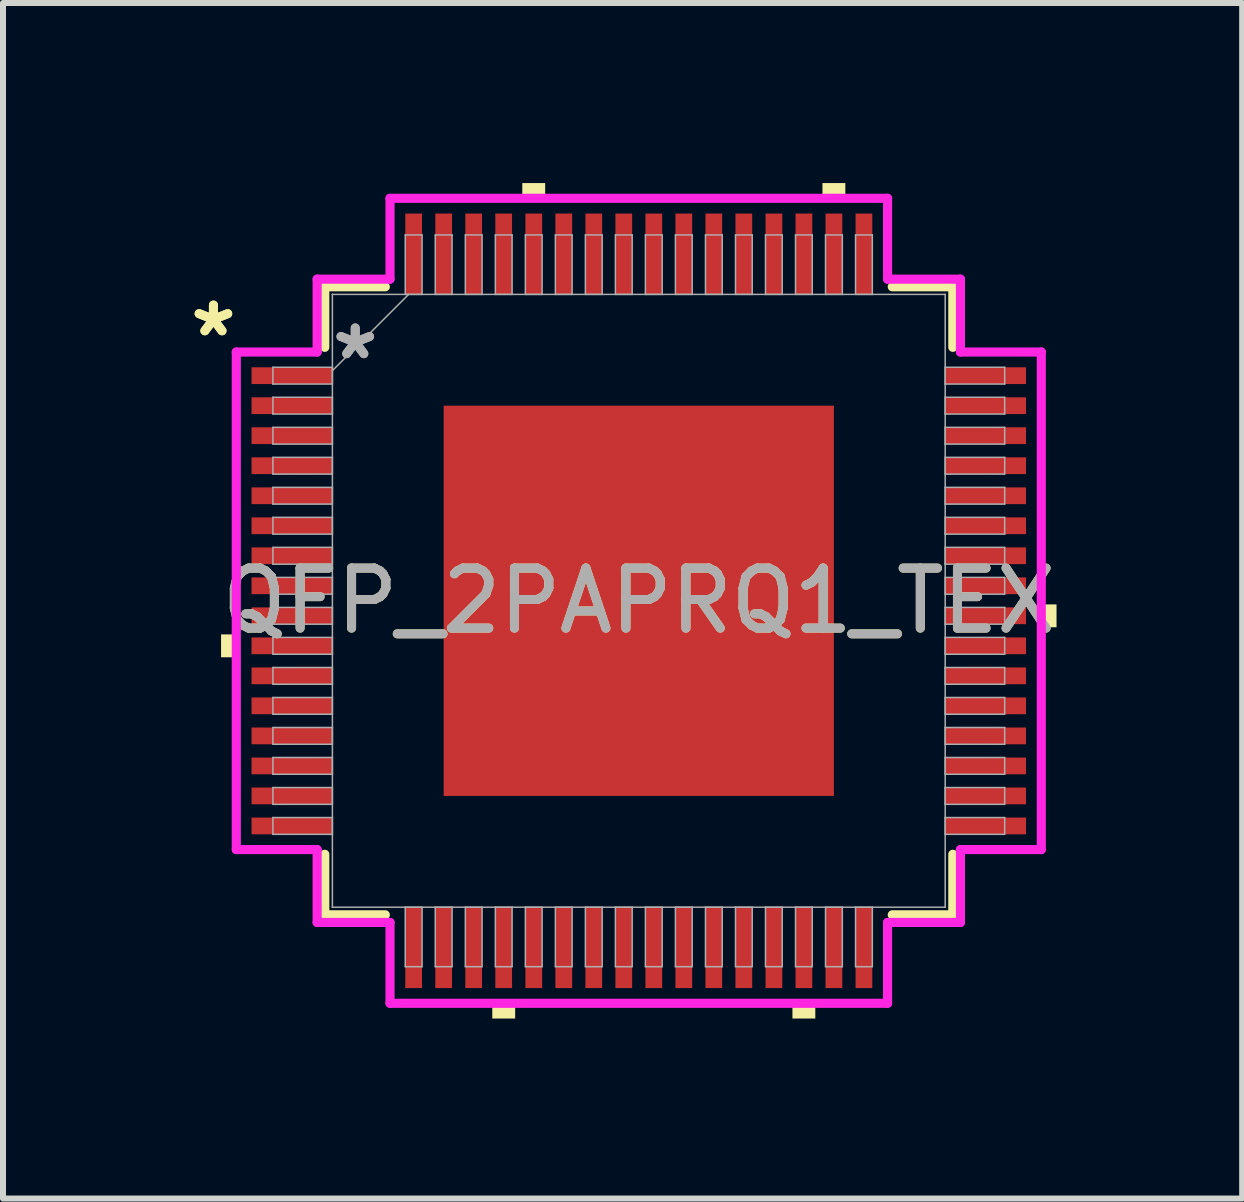
<source format=kicad_pcb>
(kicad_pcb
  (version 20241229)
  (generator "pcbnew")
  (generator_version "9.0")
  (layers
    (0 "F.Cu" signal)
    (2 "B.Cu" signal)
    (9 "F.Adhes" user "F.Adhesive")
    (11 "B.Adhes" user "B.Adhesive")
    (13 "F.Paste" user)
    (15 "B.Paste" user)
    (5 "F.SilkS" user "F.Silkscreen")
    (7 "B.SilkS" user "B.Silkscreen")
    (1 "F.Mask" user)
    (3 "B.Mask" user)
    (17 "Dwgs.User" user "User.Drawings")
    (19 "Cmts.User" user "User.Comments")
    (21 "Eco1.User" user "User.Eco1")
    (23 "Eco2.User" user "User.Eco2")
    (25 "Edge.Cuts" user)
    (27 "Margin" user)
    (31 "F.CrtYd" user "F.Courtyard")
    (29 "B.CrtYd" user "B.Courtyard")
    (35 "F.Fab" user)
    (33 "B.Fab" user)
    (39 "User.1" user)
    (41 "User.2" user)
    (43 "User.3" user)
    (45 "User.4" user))
  (footprint "QFP_2PAPRQ1_TEX"
    (layer "F.Cu")
    (at 7.593 6.96)
    (property "Reference" "QFP_2PAPRQ1_TEX" (at 0 0 0) (unlocked yes) (layer "F.SilkS") (effects (font (size 1 1) (thickness 0.15))))
    (attr smd)
    (fp_line (start -5.232 -5.232) (end -5.232 -4.223) (stroke (width 0.152) (type solid)) (layer "F.SilkS"))
    (fp_line (start -5.232 4.223) (end -5.232 5.232) (stroke (width 0.152) (type solid)) (layer "F.SilkS"))
    (fp_line (start -5.232 5.232) (end -4.223 5.232) (stroke (width 0.152) (type solid)) (layer "F.SilkS"))
    (fp_line (start -4.223 -5.232) (end -5.232 -5.232) (stroke (width 0.152) (type solid)) (layer "F.SilkS"))
    (fp_line (start 4.223 5.232) (end 5.232 5.232) (stroke (width 0.152) (type solid)) (layer "F.SilkS"))
    (fp_line (start 5.232 -5.232) (end 4.223 -5.232) (stroke (width 0.152) (type solid)) (layer "F.SilkS"))
    (fp_line (start 5.232 -4.223) (end 5.232 -5.232) (stroke (width 0.152) (type solid)) (layer "F.SilkS"))
    (fp_line (start 5.232 5.232) (end 5.232 4.223) (stroke (width 0.152) (type solid)) (layer "F.SilkS"))
    (fp_poly (pts (xy -6.96 0.56) (xy -6.96 0.941) (xy -6.706 0.941) (xy -6.706 0.56)) (stroke (width 0) (type solid)) (fill yes) (layer "F.SilkS"))
    (fp_poly (pts (xy -2.441 6.706) (xy -2.441 6.96) (xy -2.06 6.96) (xy -2.06 6.706)) (stroke (width 0) (type solid)) (fill yes) (layer "F.SilkS"))
    (fp_poly (pts (xy -1.941 -6.706) (xy -1.941 -6.96) (xy -1.56 -6.96) (xy -1.56 -6.706)) (stroke (width 0) (type solid)) (fill yes) (layer "F.SilkS"))
    (fp_poly (pts (xy 2.56 6.706) (xy 2.56 6.96) (xy 2.941 6.96) (xy 2.941 6.706)) (stroke (width 0) (type solid)) (fill yes) (layer "F.SilkS"))
    (fp_poly (pts (xy 3.06 -6.706) (xy 3.06 -6.96) (xy 3.441 -6.96) (xy 3.441 -6.706)) (stroke (width 0) (type solid)) (fill yes) (layer "F.SilkS"))
    (fp_poly (pts (xy 6.96 0.06) (xy 6.96 0.441) (xy 6.706 0.441) (xy 6.706 0.06)) (stroke (width 0) (type solid)) (fill yes) (layer "F.SilkS"))
    (fp_poly (pts (xy -3.151 -3.151) (xy -3.151 -2.051) (xy -2.051 -2.051) (xy -2.051 -3.151)) (stroke (width 0) (type solid)) (fill yes) (layer "F.Paste"))
    (fp_poly (pts (xy -3.151 -1.851) (xy -3.151 -0.75) (xy -2.051 -0.75) (xy -2.051 -1.851)) (stroke (width 0) (type solid)) (fill yes) (layer "F.Paste"))
    (fp_poly (pts (xy -3.151 -0.55) (xy -3.151 0.55) (xy -2.051 0.55) (xy -2.051 -0.55)) (stroke (width 0) (type solid)) (fill yes) (layer "F.Paste"))
    (fp_poly (pts (xy -3.151 0.75) (xy -3.151 1.851) (xy -2.051 1.851) (xy -2.051 0.75)) (stroke (width 0) (type solid)) (fill yes) (layer "F.Paste"))
    (fp_poly (pts (xy -3.151 2.051) (xy -3.151 3.151) (xy -2.051 3.151) (xy -2.051 2.051)) (stroke (width 0) (type solid)) (fill yes) (layer "F.Paste"))
    (fp_poly (pts (xy -1.851 -3.151) (xy -1.851 -2.051) (xy -0.75 -2.051) (xy -0.75 -3.151)) (stroke (width 0) (type solid)) (fill yes) (layer "F.Paste"))
    (fp_poly (pts (xy -1.851 -1.851) (xy -1.851 -0.75) (xy -0.75 -0.75) (xy -0.75 -1.851)) (stroke (width 0) (type solid)) (fill yes) (layer "F.Paste"))
    (fp_poly (pts (xy -1.851 -0.55) (xy -1.851 0.55) (xy -0.75 0.55) (xy -0.75 -0.55)) (stroke (width 0) (type solid)) (fill yes) (layer "F.Paste"))
    (fp_poly (pts (xy -1.851 0.75) (xy -1.851 1.851) (xy -0.75 1.851) (xy -0.75 0.75)) (stroke (width 0) (type solid)) (fill yes) (layer "F.Paste"))
    (fp_poly (pts (xy -1.851 2.051) (xy -1.851 3.151) (xy -0.75 3.151) (xy -0.75 2.051)) (stroke (width 0) (type solid)) (fill yes) (layer "F.Paste"))
    (fp_poly (pts (xy -0.55 -3.151) (xy -0.55 -2.051) (xy 0.55 -2.051) (xy 0.55 -3.151)) (stroke (width 0) (type solid)) (fill yes) (layer "F.Paste"))
    (fp_poly (pts (xy -0.55 -1.851) (xy -0.55 -0.75) (xy 0.55 -0.75) (xy 0.55 -1.851)) (stroke (width 0) (type solid)) (fill yes) (layer "F.Paste"))
    (fp_poly (pts (xy -0.55 -0.55) (xy -0.55 0.55) (xy 0.55 0.55) (xy 0.55 -0.55)) (stroke (width 0) (type solid)) (fill yes) (layer "F.Paste"))
    (fp_poly (pts (xy -0.55 0.75) (xy -0.55 1.851) (xy 0.55 1.851) (xy 0.55 0.75)) (stroke (width 0) (type solid)) (fill yes) (layer "F.Paste"))
    (fp_poly (pts (xy -0.55 2.051) (xy -0.55 3.151) (xy 0.55 3.151) (xy 0.55 2.051)) (stroke (width 0) (type solid)) (fill yes) (layer "F.Paste"))
    (fp_poly (pts (xy 0.75 -3.151) (xy 0.75 -2.051) (xy 1.851 -2.051) (xy 1.851 -3.151)) (stroke (width 0) (type solid)) (fill yes) (layer "F.Paste"))
    (fp_poly (pts (xy 0.75 -1.851) (xy 0.75 -0.75) (xy 1.851 -0.75) (xy 1.851 -1.851)) (stroke (width 0) (type solid)) (fill yes) (layer "F.Paste"))
    (fp_poly (pts (xy 0.75 -0.55) (xy 0.75 0.55) (xy 1.851 0.55) (xy 1.851 -0.55)) (stroke (width 0) (type solid)) (fill yes) (layer "F.Paste"))
    (fp_poly (pts (xy 0.75 0.75) (xy 0.75 1.851) (xy 1.851 1.851) (xy 1.851 0.75)) (stroke (width 0) (type solid)) (fill yes) (layer "F.Paste"))
    (fp_poly (pts (xy 0.75 2.051) (xy 0.75 3.151) (xy 1.851 3.151) (xy 1.851 2.051)) (stroke (width 0) (type solid)) (fill yes) (layer "F.Paste"))
    (fp_poly (pts (xy 2.051 -3.151) (xy 2.051 -2.051) (xy 3.151 -2.051) (xy 3.151 -3.151)) (stroke (width 0) (type solid)) (fill yes) (layer "F.Paste"))
    (fp_poly (pts (xy 2.051 -1.851) (xy 2.051 -0.75) (xy 3.151 -0.75) (xy 3.151 -1.851)) (stroke (width 0) (type solid)) (fill yes) (layer "F.Paste"))
    (fp_poly (pts (xy 2.051 -0.55) (xy 2.051 0.55) (xy 3.151 0.55) (xy 3.151 -0.55)) (stroke (width 0) (type solid)) (fill yes) (layer "F.Paste"))
    (fp_poly (pts (xy 2.051 0.75) (xy 2.051 1.851) (xy 3.151 1.851) (xy 3.151 0.75)) (stroke (width 0) (type solid)) (fill yes) (layer "F.Paste"))
    (fp_poly (pts (xy 2.051 2.051) (xy 2.051 3.151) (xy 3.151 3.151) (xy 3.151 2.051)) (stroke (width 0) (type solid)) (fill yes) (layer "F.Paste"))
    (fp_line (start -6.706 -4.145) (end -5.359 -4.145) (stroke (width 0.152) (type solid)) (layer "F.CrtYd"))
    (fp_line (start -6.706 4.145) (end -6.706 -4.145) (stroke (width 0.152) (type solid)) (layer "F.CrtYd"))
    (fp_line (start -5.359 -5.359) (end -4.145 -5.359) (stroke (width 0.152) (type solid)) (layer "F.CrtYd"))
    (fp_line (start -5.359 -4.145) (end -5.359 -5.359) (stroke (width 0.152) (type solid)) (layer "F.CrtYd"))
    (fp_line (start -5.359 4.145) (end -6.706 4.145) (stroke (width 0.152) (type solid)) (layer "F.CrtYd"))
    (fp_line (start -5.359 5.359) (end -5.359 4.145) (stroke (width 0.152) (type solid)) (layer "F.CrtYd"))
    (fp_line (start -5.359 5.359) (end -4.145 5.359) (stroke (width 0.152) (type solid)) (layer "F.CrtYd"))
    (fp_line (start -4.145 -6.706) (end 4.145 -6.706) (stroke (width 0.152) (type solid)) (layer "F.CrtYd"))
    (fp_line (start -4.145 -5.359) (end -4.145 -6.706) (stroke (width 0.152) (type solid)) (layer "F.CrtYd"))
    (fp_line (start -4.145 5.359) (end -4.145 6.706) (stroke (width 0.152) (type solid)) (layer "F.CrtYd"))
    (fp_line (start -4.145 6.706) (end 4.145 6.706) (stroke (width 0.152) (type solid)) (layer "F.CrtYd"))
    (fp_line (start 4.145 -6.706) (end 4.145 -5.359) (stroke (width 0.152) (type solid)) (layer "F.CrtYd"))
    (fp_line (start 4.145 -5.359) (end 5.359 -5.359) (stroke (width 0.152) (type solid)) (layer "F.CrtYd"))
    (fp_line (start 4.145 5.359) (end 5.359 5.359) (stroke (width 0.152) (type solid)) (layer "F.CrtYd"))
    (fp_line (start 4.145 6.706) (end 4.145 5.359) (stroke (width 0.152) (type solid)) (layer "F.CrtYd"))
    (fp_line (start 5.359 -4.145) (end 5.359 -5.359) (stroke (width 0.152) (type solid)) (layer "F.CrtYd"))
    (fp_line (start 5.359 4.145) (end 6.706 4.145) (stroke (width 0.152) (type solid)) (layer "F.CrtYd"))
    (fp_line (start 5.359 5.359) (end 5.359 4.145) (stroke (width 0.152) (type solid)) (layer "F.CrtYd"))
    (fp_line (start 6.706 -4.145) (end 5.359 -4.145) (stroke (width 0.152) (type solid)) (layer "F.CrtYd"))
    (fp_line (start 6.706 4.145) (end 6.706 -4.145) (stroke (width 0.152) (type solid)) (layer "F.CrtYd"))
    (fp_line (start -6.096 -3.891) (end -6.096 -3.611) (stroke (width 0.025) (type solid)) (layer "F.Fab"))
    (fp_line (start -6.096 -3.611) (end -5.105 -3.611) (stroke (width 0.025) (type solid)) (layer "F.Fab"))
    (fp_line (start -6.096 -3.391) (end -6.096 -3.111) (stroke (width 0.025) (type solid)) (layer "F.Fab"))
    (fp_line (start -6.096 -3.111) (end -5.105 -3.111) (stroke (width 0.025) (type solid)) (layer "F.Fab"))
    (fp_line (start -6.096 -2.89) (end -6.096 -2.611) (stroke (width 0.025) (type solid)) (layer "F.Fab"))
    (fp_line (start -6.096 -2.611) (end -5.105 -2.611) (stroke (width 0.025) (type solid)) (layer "F.Fab"))
    (fp_line (start -6.096 -2.39) (end -6.096 -2.111) (stroke (width 0.025) (type solid)) (layer "F.Fab"))
    (fp_line (start -6.096 -2.111) (end -5.105 -2.111) (stroke (width 0.025) (type solid)) (layer "F.Fab"))
    (fp_line (start -6.096 -1.89) (end -6.096 -1.611) (stroke (width 0.025) (type solid)) (layer "F.Fab"))
    (fp_line (start -6.096 -1.611) (end -5.105 -1.611) (stroke (width 0.025) (type solid)) (layer "F.Fab"))
    (fp_line (start -6.096 -1.39) (end -6.096 -1.111) (stroke (width 0.025) (type solid)) (layer "F.Fab"))
    (fp_line (start -6.096 -1.111) (end -5.105 -1.111) (stroke (width 0.025) (type solid)) (layer "F.Fab"))
    (fp_line (start -6.096 -0.89) (end -6.096 -0.61) (stroke (width 0.025) (type solid)) (layer "F.Fab"))
    (fp_line (start -6.096 -0.61) (end -5.105 -0.61) (stroke (width 0.025) (type solid)) (layer "F.Fab"))
    (fp_line (start -6.096 -0.39) (end -6.096 -0.11) (stroke (width 0.025) (type solid)) (layer "F.Fab"))
    (fp_line (start -6.096 -0.11) (end -5.105 -0.11) (stroke (width 0.025) (type solid)) (layer "F.Fab"))
    (fp_line (start -6.096 0.11) (end -6.096 0.39) (stroke (width 0.025) (type solid)) (layer "F.Fab"))
    (fp_line (start -6.096 0.39) (end -5.105 0.39) (stroke (width 0.025) (type solid)) (layer "F.Fab"))
    (fp_line (start -6.096 0.61) (end -6.096 0.89) (stroke (width 0.025) (type solid)) (layer "F.Fab"))
    (fp_line (start -6.096 0.89) (end -5.105 0.89) (stroke (width 0.025) (type solid)) (layer "F.Fab"))
    (fp_line (start -6.096 1.111) (end -6.096 1.39) (stroke (width 0.025) (type solid)) (layer "F.Fab"))
    (fp_line (start -6.096 1.39) (end -5.105 1.39) (stroke (width 0.025) (type solid)) (layer "F.Fab"))
    (fp_line (start -6.096 1.611) (end -6.096 1.89) (stroke (width 0.025) (type solid)) (layer "F.Fab"))
    (fp_line (start -6.096 1.89) (end -5.105 1.89) (stroke (width 0.025) (type solid)) (layer "F.Fab"))
    (fp_line (start -6.096 2.111) (end -6.096 2.39) (stroke (width 0.025) (type solid)) (layer "F.Fab"))
    (fp_line (start -6.096 2.39) (end -5.105 2.39) (stroke (width 0.025) (type solid)) (layer "F.Fab"))
    (fp_line (start -6.096 2.611) (end -6.096 2.89) (stroke (width 0.025) (type solid)) (layer "F.Fab"))
    (fp_line (start -6.096 2.89) (end -5.105 2.89) (stroke (width 0.025) (type solid)) (layer "F.Fab"))
    (fp_line (start -6.096 3.111) (end -6.096 3.391) (stroke (width 0.025) (type solid)) (layer "F.Fab"))
    (fp_line (start -6.096 3.391) (end -5.105 3.391) (stroke (width 0.025) (type solid)) (layer "F.Fab"))
    (fp_line (start -6.096 3.611) (end -6.096 3.891) (stroke (width 0.025) (type solid)) (layer "F.Fab"))
    (fp_line (start -6.096 3.891) (end -5.105 3.891) (stroke (width 0.025) (type solid)) (layer "F.Fab"))
    (fp_line (start -5.105 -5.105) (end -5.105 -5.105) (stroke (width 0.025) (type solid)) (layer "F.Fab"))
    (fp_line (start -5.105 -5.105) (end -5.105 5.105) (stroke (width 0.025) (type solid)) (layer "F.Fab"))
    (fp_line (start -5.105 -3.891) (end -6.096 -3.891) (stroke (width 0.025) (type solid)) (layer "F.Fab"))
    (fp_line (start -5.105 -3.835) (end -3.835 -5.105) (stroke (width 0.025) (type solid)) (layer "F.Fab"))
    (fp_line (start -5.105 -3.611) (end -5.105 -3.891) (stroke (width 0.025) (type solid)) (layer "F.Fab"))
    (fp_line (start -5.105 -3.391) (end -6.096 -3.391) (stroke (width 0.025) (type solid)) (layer "F.Fab"))
    (fp_line (start -5.105 -3.111) (end -5.105 -3.391) (stroke (width 0.025) (type solid)) (layer "F.Fab"))
    (fp_line (start -5.105 -2.89) (end -6.096 -2.89) (stroke (width 0.025) (type solid)) (layer "F.Fab"))
    (fp_line (start -5.105 -2.611) (end -5.105 -2.89) (stroke (width 0.025) (type solid)) (layer "F.Fab"))
    (fp_line (start -5.105 -2.39) (end -6.096 -2.39) (stroke (width 0.025) (type solid)) (layer "F.Fab"))
    (fp_line (start -5.105 -2.111) (end -5.105 -2.39) (stroke (width 0.025) (type solid)) (layer "F.Fab"))
    (fp_line (start -5.105 -1.89) (end -6.096 -1.89) (stroke (width 0.025) (type solid)) (layer "F.Fab"))
    (fp_line (start -5.105 -1.611) (end -5.105 -1.89) (stroke (width 0.025) (type solid)) (layer "F.Fab"))
    (fp_line (start -5.105 -1.39) (end -6.096 -1.39) (stroke (width 0.025) (type solid)) (layer "F.Fab"))
    (fp_line (start -5.105 -1.111) (end -5.105 -1.39) (stroke (width 0.025) (type solid)) (layer "F.Fab"))
    (fp_line (start -5.105 -0.89) (end -6.096 -0.89) (stroke (width 0.025) (type solid)) (layer "F.Fab"))
    (fp_line (start -5.105 -0.61) (end -5.105 -0.89) (stroke (width 0.025) (type solid)) (layer "F.Fab"))
    (fp_line (start -5.105 -0.39) (end -6.096 -0.39) (stroke (width 0.025) (type solid)) (layer "F.Fab"))
    (fp_line (start -5.105 -0.11) (end -5.105 -0.39) (stroke (width 0.025) (type solid)) (layer "F.Fab"))
    (fp_line (start -5.105 0.11) (end -6.096 0.11) (stroke (width 0.025) (type solid)) (layer "F.Fab"))
    (fp_line (start -5.105 0.39) (end -5.105 0.11) (stroke (width 0.025) (type solid)) (layer "F.Fab"))
    (fp_line (start -5.105 0.61) (end -6.096 0.61) (stroke (width 0.025) (type solid)) (layer "F.Fab"))
    (fp_line (start -5.105 0.89) (end -5.105 0.61) (stroke (width 0.025) (type solid)) (layer "F.Fab"))
    (fp_line (start -5.105 1.111) (end -6.096 1.111) (stroke (width 0.025) (type solid)) (layer "F.Fab"))
    (fp_line (start -5.105 1.39) (end -5.105 1.111) (stroke (width 0.025) (type solid)) (layer "F.Fab"))
    (fp_line (start -5.105 1.611) (end -6.096 1.611) (stroke (width 0.025) (type solid)) (layer "F.Fab"))
    (fp_line (start -5.105 1.89) (end -5.105 1.611) (stroke (width 0.025) (type solid)) (layer "F.Fab"))
    (fp_line (start -5.105 2.111) (end -6.096 2.111) (stroke (width 0.025) (type solid)) (layer "F.Fab"))
    (fp_line (start -5.105 2.39) (end -5.105 2.111) (stroke (width 0.025) (type solid)) (layer "F.Fab"))
    (fp_line (start -5.105 2.611) (end -6.096 2.611) (stroke (width 0.025) (type solid)) (layer "F.Fab"))
    (fp_line (start -5.105 2.89) (end -5.105 2.611) (stroke (width 0.025) (type solid)) (layer "F.Fab"))
    (fp_line (start -5.105 3.111) (end -6.096 3.111) (stroke (width 0.025) (type solid)) (layer "F.Fab"))
    (fp_line (start -5.105 3.391) (end -5.105 3.111) (stroke (width 0.025) (type solid)) (layer "F.Fab"))
    (fp_line (start -5.105 3.611) (end -6.096 3.611) (stroke (width 0.025) (type solid)) (layer "F.Fab"))
    (fp_line (start -5.105 3.891) (end -5.105 3.611) (stroke (width 0.025) (type solid)) (layer "F.Fab"))
    (fp_line (start -5.105 5.105) (end -5.105 5.105) (stroke (width 0.025) (type solid)) (layer "F.Fab"))
    (fp_line (start -5.105 5.105) (end 5.105 5.105) (stroke (width 0.025) (type solid)) (layer "F.Fab"))
    (fp_line (start -3.891 -6.096) (end -3.891 -5.105) (stroke (width 0.025) (type solid)) (layer "F.Fab"))
    (fp_line (start -3.891 -5.105) (end -3.611 -5.105) (stroke (width 0.025) (type solid)) (layer "F.Fab"))
    (fp_line (start -3.891 5.105) (end -3.891 6.096) (stroke (width 0.025) (type solid)) (layer "F.Fab"))
    (fp_line (start -3.891 6.096) (end -3.611 6.096) (stroke (width 0.025) (type solid)) (layer "F.Fab"))
    (fp_line (start -3.611 -6.096) (end -3.891 -6.096) (stroke (width 0.025) (type solid)) (layer "F.Fab"))
    (fp_line (start -3.611 -5.105) (end -3.611 -6.096) (stroke (width 0.025) (type solid)) (layer "F.Fab"))
    (fp_line (start -3.611 5.105) (end -3.891 5.105) (stroke (width 0.025) (type solid)) (layer "F.Fab"))
    (fp_line (start -3.611 6.096) (end -3.611 5.105) (stroke (width 0.025) (type solid)) (layer "F.Fab"))
    (fp_line (start -3.391 -6.096) (end -3.391 -5.105) (stroke (width 0.025) (type solid)) (layer "F.Fab"))
    (fp_line (start -3.391 -5.105) (end -3.111 -5.105) (stroke (width 0.025) (type solid)) (layer "F.Fab"))
    (fp_line (start -3.391 5.105) (end -3.391 6.096) (stroke (width 0.025) (type solid)) (layer "F.Fab"))
    (fp_line (start -3.391 6.096) (end -3.111 6.096) (stroke (width 0.025) (type solid)) (layer "F.Fab"))
    (fp_line (start -3.111 -6.096) (end -3.391 -6.096) (stroke (width 0.025) (type solid)) (layer "F.Fab"))
    (fp_line (start -3.111 -5.105) (end -3.111 -6.096) (stroke (width 0.025) (type solid)) (layer "F.Fab"))
    (fp_line (start -3.111 5.105) (end -3.391 5.105) (stroke (width 0.025) (type solid)) (layer "F.Fab"))
    (fp_line (start -3.111 6.096) (end -3.111 5.105) (stroke (width 0.025) (type solid)) (layer "F.Fab"))
    (fp_line (start -2.89 -6.096) (end -2.89 -5.105) (stroke (width 0.025) (type solid)) (layer "F.Fab"))
    (fp_line (start -2.89 -5.105) (end -2.611 -5.105) (stroke (width 0.025) (type solid)) (layer "F.Fab"))
    (fp_line (start -2.89 5.105) (end -2.89 6.096) (stroke (width 0.025) (type solid)) (layer "F.Fab"))
    (fp_line (start -2.89 6.096) (end -2.611 6.096) (stroke (width 0.025) (type solid)) (layer "F.Fab"))
    (fp_line (start -2.611 -6.096) (end -2.89 -6.096) (stroke (width 0.025) (type solid)) (layer "F.Fab"))
    (fp_line (start -2.611 -5.105) (end -2.611 -6.096) (stroke (width 0.025) (type solid)) (layer "F.Fab"))
    (fp_line (start -2.611 5.105) (end -2.89 5.105) (stroke (width 0.025) (type solid)) (layer "F.Fab"))
    (fp_line (start -2.611 6.096) (end -2.611 5.105) (stroke (width 0.025) (type solid)) (layer "F.Fab"))
    (fp_line (start -2.39 -6.096) (end -2.39 -5.105) (stroke (width 0.025) (type solid)) (layer "F.Fab"))
    (fp_line (start -2.39 -5.105) (end -2.111 -5.105) (stroke (width 0.025) (type solid)) (layer "F.Fab"))
    (fp_line (start -2.39 5.105) (end -2.39 6.096) (stroke (width 0.025) (type solid)) (layer "F.Fab"))
    (fp_line (start -2.39 6.096) (end -2.111 6.096) (stroke (width 0.025) (type solid)) (layer "F.Fab"))
    (fp_line (start -2.111 -6.096) (end -2.39 -6.096) (stroke (width 0.025) (type solid)) (layer "F.Fab"))
    (fp_line (start -2.111 -5.105) (end -2.111 -6.096) (stroke (width 0.025) (type solid)) (layer "F.Fab"))
    (fp_line (start -2.111 5.105) (end -2.39 5.105) (stroke (width 0.025) (type solid)) (layer "F.Fab"))
    (fp_line (start -2.111 6.096) (end -2.111 5.105) (stroke (width 0.025) (type solid)) (layer "F.Fab"))
    (fp_line (start -1.89 -6.096) (end -1.89 -5.105) (stroke (width 0.025) (type solid)) (layer "F.Fab"))
    (fp_line (start -1.89 -5.105) (end -1.611 -5.105) (stroke (width 0.025) (type solid)) (layer "F.Fab"))
    (fp_line (start -1.89 5.105) (end -1.89 6.096) (stroke (width 0.025) (type solid)) (layer "F.Fab"))
    (fp_line (start -1.89 6.096) (end -1.611 6.096) (stroke (width 0.025) (type solid)) (layer "F.Fab"))
    (fp_line (start -1.611 -6.096) (end -1.89 -6.096) (stroke (width 0.025) (type solid)) (layer "F.Fab"))
    (fp_line (start -1.611 -5.105) (end -1.611 -6.096) (stroke (width 0.025) (type solid)) (layer "F.Fab"))
    (fp_line (start -1.611 5.105) (end -1.89 5.105) (stroke (width 0.025) (type solid)) (layer "F.Fab"))
    (fp_line (start -1.611 6.096) (end -1.611 5.105) (stroke (width 0.025) (type solid)) (layer "F.Fab"))
    (fp_line (start -1.39 -6.096) (end -1.39 -5.105) (stroke (width 0.025) (type solid)) (layer "F.Fab"))
    (fp_line (start -1.39 -5.105) (end -1.111 -5.105) (stroke (width 0.025) (type solid)) (layer "F.Fab"))
    (fp_line (start -1.39 5.105) (end -1.39 6.096) (stroke (width 0.025) (type solid)) (layer "F.Fab"))
    (fp_line (start -1.39 6.096) (end -1.111 6.096) (stroke (width 0.025) (type solid)) (layer "F.Fab"))
    (fp_line (start -1.111 -6.096) (end -1.39 -6.096) (stroke (width 0.025) (type solid)) (layer "F.Fab"))
    (fp_line (start -1.111 -5.105) (end -1.111 -6.096) (stroke (width 0.025) (type solid)) (layer "F.Fab"))
    (fp_line (start -1.111 5.105) (end -1.39 5.105) (stroke (width 0.025) (type solid)) (layer "F.Fab"))
    (fp_line (start -1.111 6.096) (end -1.111 5.105) (stroke (width 0.025) (type solid)) (layer "F.Fab"))
    (fp_line (start -0.89 -6.096) (end -0.89 -5.105) (stroke (width 0.025) (type solid)) (layer "F.Fab"))
    (fp_line (start -0.89 -5.105) (end -0.61 -5.105) (stroke (width 0.025) (type solid)) (layer "F.Fab"))
    (fp_line (start -0.89 5.105) (end -0.89 6.096) (stroke (width 0.025) (type solid)) (layer "F.Fab"))
    (fp_line (start -0.89 6.096) (end -0.61 6.096) (stroke (width 0.025) (type solid)) (layer "F.Fab"))
    (fp_line (start -0.61 -6.096) (end -0.89 -6.096) (stroke (width 0.025) (type solid)) (layer "F.Fab"))
    (fp_line (start -0.61 -5.105) (end -0.61 -6.096) (stroke (width 0.025) (type solid)) (layer "F.Fab"))
    (fp_line (start -0.61 5.105) (end -0.89 5.105) (stroke (width 0.025) (type solid)) (layer "F.Fab"))
    (fp_line (start -0.61 6.096) (end -0.61 5.105) (stroke (width 0.025) (type solid)) (layer "F.Fab"))
    (fp_line (start -0.39 -6.096) (end -0.39 -5.105) (stroke (width 0.025) (type solid)) (layer "F.Fab"))
    (fp_line (start -0.39 -5.105) (end -0.11 -5.105) (stroke (width 0.025) (type solid)) (layer "F.Fab"))
    (fp_line (start -0.39 5.105) (end -0.39 6.096) (stroke (width 0.025) (type solid)) (layer "F.Fab"))
    (fp_line (start -0.39 6.096) (end -0.11 6.096) (stroke (width 0.025) (type solid)) (layer "F.Fab"))
    (fp_line (start -0.11 -6.096) (end -0.39 -6.096) (stroke (width 0.025) (type solid)) (layer "F.Fab"))
    (fp_line (start -0.11 -5.105) (end -0.11 -6.096) (stroke (width 0.025) (type solid)) (layer "F.Fab"))
    (fp_line (start -0.11 5.105) (end -0.39 5.105) (stroke (width 0.025) (type solid)) (layer "F.Fab"))
    (fp_line (start -0.11 6.096) (end -0.11 5.105) (stroke (width 0.025) (type solid)) (layer "F.Fab"))
    (fp_line (start 0.11 -6.096) (end 0.11 -5.105) (stroke (width 0.025) (type solid)) (layer "F.Fab"))
    (fp_line (start 0.11 -5.105) (end 0.39 -5.105) (stroke (width 0.025) (type solid)) (layer "F.Fab"))
    (fp_line (start 0.11 5.105) (end 0.11 6.096) (stroke (width 0.025) (type solid)) (layer "F.Fab"))
    (fp_line (start 0.11 6.096) (end 0.39 6.096) (stroke (width 0.025) (type solid)) (layer "F.Fab"))
    (fp_line (start 0.39 -6.096) (end 0.11 -6.096) (stroke (width 0.025) (type solid)) (layer "F.Fab"))
    (fp_line (start 0.39 -5.105) (end 0.39 -6.096) (stroke (width 0.025) (type solid)) (layer "F.Fab"))
    (fp_line (start 0.39 5.105) (end 0.11 5.105) (stroke (width 0.025) (type solid)) (layer "F.Fab"))
    (fp_line (start 0.39 6.096) (end 0.39 5.105) (stroke (width 0.025) (type solid)) (layer "F.Fab"))
    (fp_line (start 0.61 -6.096) (end 0.61 -5.105) (stroke (width 0.025) (type solid)) (layer "F.Fab"))
    (fp_line (start 0.61 -5.105) (end 0.89 -5.105) (stroke (width 0.025) (type solid)) (layer "F.Fab"))
    (fp_line (start 0.61 5.105) (end 0.61 6.096) (stroke (width 0.025) (type solid)) (layer "F.Fab"))
    (fp_line (start 0.61 6.096) (end 0.89 6.096) (stroke (width 0.025) (type solid)) (layer "F.Fab"))
    (fp_line (start 0.89 -6.096) (end 0.61 -6.096) (stroke (width 0.025) (type solid)) (layer "F.Fab"))
    (fp_line (start 0.89 -5.105) (end 0.89 -6.096) (stroke (width 0.025) (type solid)) (layer "F.Fab"))
    (fp_line (start 0.89 5.105) (end 0.61 5.105) (stroke (width 0.025) (type solid)) (layer "F.Fab"))
    (fp_line (start 0.89 6.096) (end 0.89 5.105) (stroke (width 0.025) (type solid)) (layer "F.Fab"))
    (fp_line (start 1.111 -6.096) (end 1.111 -5.105) (stroke (width 0.025) (type solid)) (layer "F.Fab"))
    (fp_line (start 1.111 -5.105) (end 1.39 -5.105) (stroke (width 0.025) (type solid)) (layer "F.Fab"))
    (fp_line (start 1.111 5.105) (end 1.111 6.096) (stroke (width 0.025) (type solid)) (layer "F.Fab"))
    (fp_line (start 1.111 6.096) (end 1.39 6.096) (stroke (width 0.025) (type solid)) (layer "F.Fab"))
    (fp_line (start 1.39 -6.096) (end 1.111 -6.096) (stroke (width 0.025) (type solid)) (layer "F.Fab"))
    (fp_line (start 1.39 -5.105) (end 1.39 -6.096) (stroke (width 0.025) (type solid)) (layer "F.Fab"))
    (fp_line (start 1.39 5.105) (end 1.111 5.105) (stroke (width 0.025) (type solid)) (layer "F.Fab"))
    (fp_line (start 1.39 6.096) (end 1.39 5.105) (stroke (width 0.025) (type solid)) (layer "F.Fab"))
    (fp_line (start 1.611 -6.096) (end 1.611 -5.105) (stroke (width 0.025) (type solid)) (layer "F.Fab"))
    (fp_line (start 1.611 -5.105) (end 1.89 -5.105) (stroke (width 0.025) (type solid)) (layer "F.Fab"))
    (fp_line (start 1.611 5.105) (end 1.611 6.096) (stroke (width 0.025) (type solid)) (layer "F.Fab"))
    (fp_line (start 1.611 6.096) (end 1.89 6.096) (stroke (width 0.025) (type solid)) (layer "F.Fab"))
    (fp_line (start 1.89 -6.096) (end 1.611 -6.096) (stroke (width 0.025) (type solid)) (layer "F.Fab"))
    (fp_line (start 1.89 -5.105) (end 1.89 -6.096) (stroke (width 0.025) (type solid)) (layer "F.Fab"))
    (fp_line (start 1.89 5.105) (end 1.611 5.105) (stroke (width 0.025) (type solid)) (layer "F.Fab"))
    (fp_line (start 1.89 6.096) (end 1.89 5.105) (stroke (width 0.025) (type solid)) (layer "F.Fab"))
    (fp_line (start 2.111 -6.096) (end 2.111 -5.105) (stroke (width 0.025) (type solid)) (layer "F.Fab"))
    (fp_line (start 2.111 -5.105) (end 2.39 -5.105) (stroke (width 0.025) (type solid)) (layer "F.Fab"))
    (fp_line (start 2.111 5.105) (end 2.111 6.096) (stroke (width 0.025) (type solid)) (layer "F.Fab"))
    (fp_line (start 2.111 6.096) (end 2.39 6.096) (stroke (width 0.025) (type solid)) (layer "F.Fab"))
    (fp_line (start 2.39 -6.096) (end 2.111 -6.096) (stroke (width 0.025) (type solid)) (layer "F.Fab"))
    (fp_line (start 2.39 -5.105) (end 2.39 -6.096) (stroke (width 0.025) (type solid)) (layer "F.Fab"))
    (fp_line (start 2.39 5.105) (end 2.111 5.105) (stroke (width 0.025) (type solid)) (layer "F.Fab"))
    (fp_line (start 2.39 6.096) (end 2.39 5.105) (stroke (width 0.025) (type solid)) (layer "F.Fab"))
    (fp_line (start 2.611 -6.096) (end 2.611 -5.105) (stroke (width 0.025) (type solid)) (layer "F.Fab"))
    (fp_line (start 2.611 -5.105) (end 2.89 -5.105) (stroke (width 0.025) (type solid)) (layer "F.Fab"))
    (fp_line (start 2.611 5.105) (end 2.611 6.096) (stroke (width 0.025) (type solid)) (layer "F.Fab"))
    (fp_line (start 2.611 6.096) (end 2.89 6.096) (stroke (width 0.025) (type solid)) (layer "F.Fab"))
    (fp_line (start 2.89 -6.096) (end 2.611 -6.096) (stroke (width 0.025) (type solid)) (layer "F.Fab"))
    (fp_line (start 2.89 -5.105) (end 2.89 -6.096) (stroke (width 0.025) (type solid)) (layer "F.Fab"))
    (fp_line (start 2.89 5.105) (end 2.611 5.105) (stroke (width 0.025) (type solid)) (layer "F.Fab"))
    (fp_line (start 2.89 6.096) (end 2.89 5.105) (stroke (width 0.025) (type solid)) (layer "F.Fab"))
    (fp_line (start 3.111 -6.096) (end 3.111 -5.105) (stroke (width 0.025) (type solid)) (layer "F.Fab"))
    (fp_line (start 3.111 -5.105) (end 3.391 -5.105) (stroke (width 0.025) (type solid)) (layer "F.Fab"))
    (fp_line (start 3.111 5.105) (end 3.111 6.096) (stroke (width 0.025) (type solid)) (layer "F.Fab"))
    (fp_line (start 3.111 6.096) (end 3.391 6.096) (stroke (width 0.025) (type solid)) (layer "F.Fab"))
    (fp_line (start 3.391 -6.096) (end 3.111 -6.096) (stroke (width 0.025) (type solid)) (layer "F.Fab"))
    (fp_line (start 3.391 -5.105) (end 3.391 -6.096) (stroke (width 0.025) (type solid)) (layer "F.Fab"))
    (fp_line (start 3.391 5.105) (end 3.111 5.105) (stroke (width 0.025) (type solid)) (layer "F.Fab"))
    (fp_line (start 3.391 6.096) (end 3.391 5.105) (stroke (width 0.025) (type solid)) (layer "F.Fab"))
    (fp_line (start 3.611 -6.096) (end 3.611 -5.105) (stroke (width 0.025) (type solid)) (layer "F.Fab"))
    (fp_line (start 3.611 -5.105) (end 3.891 -5.105) (stroke (width 0.025) (type solid)) (layer "F.Fab"))
    (fp_line (start 3.611 5.105) (end 3.611 6.096) (stroke (width 0.025) (type solid)) (layer "F.Fab"))
    (fp_line (start 3.611 6.096) (end 3.891 6.096) (stroke (width 0.025) (type solid)) (layer "F.Fab"))
    (fp_line (start 3.891 -6.096) (end 3.611 -6.096) (stroke (width 0.025) (type solid)) (layer "F.Fab"))
    (fp_line (start 3.891 -5.105) (end 3.891 -6.096) (stroke (width 0.025) (type solid)) (layer "F.Fab"))
    (fp_line (start 3.891 5.105) (end 3.611 5.105) (stroke (width 0.025) (type solid)) (layer "F.Fab"))
    (fp_line (start 3.891 6.096) (end 3.891 5.105) (stroke (width 0.025) (type solid)) (layer "F.Fab"))
    (fp_line (start 5.105 -5.105) (end -5.105 -5.105) (stroke (width 0.025) (type solid)) (layer "F.Fab"))
    (fp_line (start 5.105 -5.105) (end 5.105 -5.105) (stroke (width 0.025) (type solid)) (layer "F.Fab"))
    (fp_line (start 5.105 -3.891) (end 5.105 -3.611) (stroke (width 0.025) (type solid)) (layer "F.Fab"))
    (fp_line (start 5.105 -3.611) (end 6.096 -3.611) (stroke (width 0.025) (type solid)) (layer "F.Fab"))
    (fp_line (start 5.105 -3.391) (end 5.105 -3.111) (stroke (width 0.025) (type solid)) (layer "F.Fab"))
    (fp_line (start 5.105 -3.111) (end 6.096 -3.111) (stroke (width 0.025) (type solid)) (layer "F.Fab"))
    (fp_line (start 5.105 -2.89) (end 5.105 -2.611) (stroke (width 0.025) (type solid)) (layer "F.Fab"))
    (fp_line (start 5.105 -2.611) (end 6.096 -2.611) (stroke (width 0.025) (type solid)) (layer "F.Fab"))
    (fp_line (start 5.105 -2.39) (end 5.105 -2.111) (stroke (width 0.025) (type solid)) (layer "F.Fab"))
    (fp_line (start 5.105 -2.111) (end 6.096 -2.111) (stroke (width 0.025) (type solid)) (layer "F.Fab"))
    (fp_line (start 5.105 -1.89) (end 5.105 -1.611) (stroke (width 0.025) (type solid)) (layer "F.Fab"))
    (fp_line (start 5.105 -1.611) (end 6.096 -1.611) (stroke (width 0.025) (type solid)) (layer "F.Fab"))
    (fp_line (start 5.105 -1.39) (end 5.105 -1.111) (stroke (width 0.025) (type solid)) (layer "F.Fab"))
    (fp_line (start 5.105 -1.111) (end 6.096 -1.111) (stroke (width 0.025) (type solid)) (layer "F.Fab"))
    (fp_line (start 5.105 -0.89) (end 5.105 -0.61) (stroke (width 0.025) (type solid)) (layer "F.Fab"))
    (fp_line (start 5.105 -0.61) (end 6.096 -0.61) (stroke (width 0.025) (type solid)) (layer "F.Fab"))
    (fp_line (start 5.105 -0.39) (end 5.105 -0.11) (stroke (width 0.025) (type solid)) (layer "F.Fab"))
    (fp_line (start 5.105 -0.11) (end 6.096 -0.11) (stroke (width 0.025) (type solid)) (layer "F.Fab"))
    (fp_line (start 5.105 0.11) (end 5.105 0.39) (stroke (width 0.025) (type solid)) (layer "F.Fab"))
    (fp_line (start 5.105 0.39) (end 6.096 0.39) (stroke (width 0.025) (type solid)) (layer "F.Fab"))
    (fp_line (start 5.105 0.61) (end 5.105 0.89) (stroke (width 0.025) (type solid)) (layer "F.Fab"))
    (fp_line (start 5.105 0.89) (end 6.096 0.89) (stroke (width 0.025) (type solid)) (layer "F.Fab"))
    (fp_line (start 5.105 1.111) (end 5.105 1.39) (stroke (width 0.025) (type solid)) (layer "F.Fab"))
    (fp_line (start 5.105 1.39) (end 6.096 1.39) (stroke (width 0.025) (type solid)) (layer "F.Fab"))
    (fp_line (start 5.105 1.611) (end 5.105 1.89) (stroke (width 0.025) (type solid)) (layer "F.Fab"))
    (fp_line (start 5.105 1.89) (end 6.096 1.89) (stroke (width 0.025) (type solid)) (layer "F.Fab"))
    (fp_line (start 5.105 2.111) (end 5.105 2.39) (stroke (width 0.025) (type solid)) (layer "F.Fab"))
    (fp_line (start 5.105 2.39) (end 6.096 2.39) (stroke (width 0.025) (type solid)) (layer "F.Fab"))
    (fp_line (start 5.105 2.611) (end 5.105 2.89) (stroke (width 0.025) (type solid)) (layer "F.Fab"))
    (fp_line (start 5.105 2.89) (end 6.096 2.89) (stroke (width 0.025) (type solid)) (layer "F.Fab"))
    (fp_line (start 5.105 3.111) (end 5.105 3.391) (stroke (width 0.025) (type solid)) (layer "F.Fab"))
    (fp_line (start 5.105 3.391) (end 6.096 3.391) (stroke (width 0.025) (type solid)) (layer "F.Fab"))
    (fp_line (start 5.105 3.611) (end 5.105 3.891) (stroke (width 0.025) (type solid)) (layer "F.Fab"))
    (fp_line (start 5.105 3.891) (end 6.096 3.891) (stroke (width 0.025) (type solid)) (layer "F.Fab"))
    (fp_line (start 5.105 5.105) (end 5.105 -5.105) (stroke (width 0.025) (type solid)) (layer "F.Fab"))
    (fp_line (start 5.105 5.105) (end 5.105 5.105) (stroke (width 0.025) (type solid)) (layer "F.Fab"))
    (fp_line (start 6.096 -3.891) (end 5.105 -3.891) (stroke (width 0.025) (type solid)) (layer "F.Fab"))
    (fp_line (start 6.096 -3.611) (end 6.096 -3.891) (stroke (width 0.025) (type solid)) (layer "F.Fab"))
    (fp_line (start 6.096 -3.391) (end 5.105 -3.391) (stroke (width 0.025) (type solid)) (layer "F.Fab"))
    (fp_line (start 6.096 -3.111) (end 6.096 -3.391) (stroke (width 0.025) (type solid)) (layer "F.Fab"))
    (fp_line (start 6.096 -2.89) (end 5.105 -2.89) (stroke (width 0.025) (type solid)) (layer "F.Fab"))
    (fp_line (start 6.096 -2.611) (end 6.096 -2.89) (stroke (width 0.025) (type solid)) (layer "F.Fab"))
    (fp_line (start 6.096 -2.39) (end 5.105 -2.39) (stroke (width 0.025) (type solid)) (layer "F.Fab"))
    (fp_line (start 6.096 -2.111) (end 6.096 -2.39) (stroke (width 0.025) (type solid)) (layer "F.Fab"))
    (fp_line (start 6.096 -1.89) (end 5.105 -1.89) (stroke (width 0.025) (type solid)) (layer "F.Fab"))
    (fp_line (start 6.096 -1.611) (end 6.096 -1.89) (stroke (width 0.025) (type solid)) (layer "F.Fab"))
    (fp_line (start 6.096 -1.39) (end 5.105 -1.39) (stroke (width 0.025) (type solid)) (layer "F.Fab"))
    (fp_line (start 6.096 -1.111) (end 6.096 -1.39) (stroke (width 0.025) (type solid)) (layer "F.Fab"))
    (fp_line (start 6.096 -0.89) (end 5.105 -0.89) (stroke (width 0.025) (type solid)) (layer "F.Fab"))
    (fp_line (start 6.096 -0.61) (end 6.096 -0.89) (stroke (width 0.025) (type solid)) (layer "F.Fab"))
    (fp_line (start 6.096 -0.39) (end 5.105 -0.39) (stroke (width 0.025) (type solid)) (layer "F.Fab"))
    (fp_line (start 6.096 -0.11) (end 6.096 -0.39) (stroke (width 0.025) (type solid)) (layer "F.Fab"))
    (fp_line (start 6.096 0.11) (end 5.105 0.11) (stroke (width 0.025) (type solid)) (layer "F.Fab"))
    (fp_line (start 6.096 0.39) (end 6.096 0.11) (stroke (width 0.025) (type solid)) (layer "F.Fab"))
    (fp_line (start 6.096 0.61) (end 5.105 0.61) (stroke (width 0.025) (type solid)) (layer "F.Fab"))
    (fp_line (start 6.096 0.89) (end 6.096 0.61) (stroke (width 0.025) (type solid)) (layer "F.Fab"))
    (fp_line (start 6.096 1.111) (end 5.105 1.111) (stroke (width 0.025) (type solid)) (layer "F.Fab"))
    (fp_line (start 6.096 1.39) (end 6.096 1.111) (stroke (width 0.025) (type solid)) (layer "F.Fab"))
    (fp_line (start 6.096 1.611) (end 5.105 1.611) (stroke (width 0.025) (type solid)) (layer "F.Fab"))
    (fp_line (start 6.096 1.89) (end 6.096 1.611) (stroke (width 0.025) (type solid)) (layer "F.Fab"))
    (fp_line (start 6.096 2.111) (end 5.105 2.111) (stroke (width 0.025) (type solid)) (layer "F.Fab"))
    (fp_line (start 6.096 2.39) (end 6.096 2.111) (stroke (width 0.025) (type solid)) (layer "F.Fab"))
    (fp_line (start 6.096 2.611) (end 5.105 2.611) (stroke (width 0.025) (type solid)) (layer "F.Fab"))
    (fp_line (start 6.096 2.89) (end 6.096 2.611) (stroke (width 0.025) (type solid)) (layer "F.Fab"))
    (fp_line (start 6.096 3.111) (end 5.105 3.111) (stroke (width 0.025) (type solid)) (layer "F.Fab"))
    (fp_line (start 6.096 3.391) (end 6.096 3.111) (stroke (width 0.025) (type solid)) (layer "F.Fab"))
    (fp_line (start 6.096 3.611) (end 5.105 3.611) (stroke (width 0.025) (type solid)) (layer "F.Fab"))
    (fp_line (start 6.096 3.891) (end 6.096 3.611) (stroke (width 0.025) (type solid)) (layer "F.Fab"))
    (fp_text user "*" (at -7.087 -4.382 0) (layer "F.SilkS") (effects (font (size 1 1) (thickness 0.15))))
    (fp_text user "*" (at -7.087 -4.382 0) (unlocked yes) (layer "F.SilkS") (effects (font (size 1 1) (thickness 0.15))))
    (fp_text user "${REFERENCE}" (at 0 0 0) (unlocked yes) (layer "F.Fab") (effects (font (size 1 1) (thickness 0.15))))
    (fp_text user "*" (at -4.724 -4.001 0) (unlocked yes) (layer "F.Fab") (effects (font (size 1 1) (thickness 0.15))))
    (fp_text user "*" (at -4.724 -4.001 0) (layer "F.Fab") (effects (font (size 1 1) (thickness 0.15))))
    (pad "1" smd rect (at -5.779 -3.751 90) (size 0.279 1.346) (layers "F.Cu" "F.Mask" "F.Paste"))
    (pad "2" smd rect (at -5.779 -3.251 90) (size 0.279 1.346) (layers "F.Cu" "F.Mask" "F.Paste"))
    (pad "3" smd rect (at -5.779 -2.751 90) (size 0.279 1.346) (layers "F.Cu" "F.Mask" "F.Paste"))
    (pad "4" smd rect (at -5.779 -2.251 90) (size 0.279 1.346) (layers "F.Cu" "F.Mask" "F.Paste"))
    (pad "5" smd rect (at -5.779 -1.75 90) (size 0.279 1.346) (layers "F.Cu" "F.Mask" "F.Paste"))
    (pad "6" smd rect (at -5.779 -1.25 90) (size 0.279 1.346) (layers "F.Cu" "F.Mask" "F.Paste"))
    (pad "7" smd rect (at -5.779 -0.75 90) (size 0.279 1.346) (layers "F.Cu" "F.Mask" "F.Paste"))
    (pad "8" smd rect (at -5.779 -0.25 90) (size 0.279 1.346) (layers "F.Cu" "F.Mask" "F.Paste"))
    (pad "9" smd rect (at -5.779 0.25 90) (size 0.279 1.346) (layers "F.Cu" "F.Mask" "F.Paste"))
    (pad "10" smd rect (at -5.779 0.75 90) (size 0.279 1.346) (layers "F.Cu" "F.Mask" "F.Paste"))
    (pad "11" smd rect (at -5.779 1.25 90) (size 0.279 1.346) (layers "F.Cu" "F.Mask" "F.Paste"))
    (pad "12" smd rect (at -5.779 1.75 90) (size 0.279 1.346) (layers "F.Cu" "F.Mask" "F.Paste"))
    (pad "13" smd rect (at -5.779 2.251 90) (size 0.279 1.346) (layers "F.Cu" "F.Mask" "F.Paste"))
    (pad "14" smd rect (at -5.779 2.751 90) (size 0.279 1.346) (layers "F.Cu" "F.Mask" "F.Paste"))
    (pad "15" smd rect (at -5.779 3.251 90) (size 0.279 1.346) (layers "F.Cu" "F.Mask" "F.Paste"))
    (pad "16" smd rect (at -5.779 3.751 90) (size 0.279 1.346) (layers "F.Cu" "F.Mask" "F.Paste"))
    (pad "17" smd rect (at -3.751 5.779) (size 0.279 1.346) (layers "F.Cu" "F.Mask" "F.Paste"))
    (pad "18" smd rect (at -3.251 5.779) (size 0.279 1.346) (layers "F.Cu" "F.Mask" "F.Paste"))
    (pad "19" smd rect (at -2.751 5.779) (size 0.279 1.346) (layers "F.Cu" "F.Mask" "F.Paste"))
    (pad "20" smd rect (at -2.251 5.779) (size 0.279 1.346) (layers "F.Cu" "F.Mask" "F.Paste"))
    (pad "21" smd rect (at -1.75 5.779) (size 0.279 1.346) (layers "F.Cu" "F.Mask" "F.Paste"))
    (pad "22" smd rect (at -1.25 5.779) (size 0.279 1.346) (layers "F.Cu" "F.Mask" "F.Paste"))
    (pad "23" smd rect (at -0.75 5.779) (size 0.279 1.346) (layers "F.Cu" "F.Mask" "F.Paste"))
    (pad "24" smd rect (at -0.25 5.779) (size 0.279 1.346) (layers "F.Cu" "F.Mask" "F.Paste"))
    (pad "25" smd rect (at 0.25 5.779) (size 0.279 1.346) (layers "F.Cu" "F.Mask" "F.Paste"))
    (pad "26" smd rect (at 0.75 5.779) (size 0.279 1.346) (layers "F.Cu" "F.Mask" "F.Paste"))
    (pad "27" smd rect (at 1.25 5.779) (size 0.279 1.346) (layers "F.Cu" "F.Mask" "F.Paste"))
    (pad "28" smd rect (at 1.75 5.779) (size 0.279 1.346) (layers "F.Cu" "F.Mask" "F.Paste"))
    (pad "29" smd rect (at 2.251 5.779) (size 0.279 1.346) (layers "F.Cu" "F.Mask" "F.Paste"))
    (pad "30" smd rect (at 2.751 5.779) (size 0.279 1.346) (layers "F.Cu" "F.Mask" "F.Paste"))
    (pad "31" smd rect (at 3.251 5.779) (size 0.279 1.346) (layers "F.Cu" "F.Mask" "F.Paste"))
    (pad "32" smd rect (at 3.751 5.779) (size 0.279 1.346) (layers "F.Cu" "F.Mask" "F.Paste"))
    (pad "33" smd rect (at 5.779 3.751 90) (size 0.279 1.346) (layers "F.Cu" "F.Mask" "F.Paste"))
    (pad "34" smd rect (at 5.779 3.251 90) (size 0.279 1.346) (layers "F.Cu" "F.Mask" "F.Paste"))
    (pad "35" smd rect (at 5.779 2.751 90) (size 0.279 1.346) (layers "F.Cu" "F.Mask" "F.Paste"))
    (pad "36" smd rect (at 5.779 2.251 90) (size 0.279 1.346) (layers "F.Cu" "F.Mask" "F.Paste"))
    (pad "37" smd rect (at 5.779 1.75 90) (size 0.279 1.346) (layers "F.Cu" "F.Mask" "F.Paste"))
    (pad "38" smd rect (at 5.779 1.25 90) (size 0.279 1.346) (layers "F.Cu" "F.Mask" "F.Paste"))
    (pad "39" smd rect (at 5.779 0.75 90) (size 0.279 1.346) (layers "F.Cu" "F.Mask" "F.Paste"))
    (pad "40" smd rect (at 5.779 0.25 90) (size 0.279 1.346) (layers "F.Cu" "F.Mask" "F.Paste"))
    (pad "41" smd rect (at 5.779 -0.25 90) (size 0.279 1.346) (layers "F.Cu" "F.Mask" "F.Paste"))
    (pad "42" smd rect (at 5.779 -0.75 90) (size 0.279 1.346) (layers "F.Cu" "F.Mask" "F.Paste"))
    (pad "43" smd rect (at 5.779 -1.25 90) (size 0.279 1.346) (layers "F.Cu" "F.Mask" "F.Paste"))
    (pad "44" smd rect (at 5.779 -1.75 90) (size 0.279 1.346) (layers "F.Cu" "F.Mask" "F.Paste"))
    (pad "45" smd rect (at 5.779 -2.251 90) (size 0.279 1.346) (layers "F.Cu" "F.Mask" "F.Paste"))
    (pad "46" smd rect (at 5.779 -2.751 90) (size 0.279 1.346) (layers "F.Cu" "F.Mask" "F.Paste"))
    (pad "47" smd rect (at 5.779 -3.251 90) (size 0.279 1.346) (layers "F.Cu" "F.Mask" "F.Paste"))
    (pad "48" smd rect (at 5.779 -3.751 90) (size 0.279 1.346) (layers "F.Cu" "F.Mask" "F.Paste"))
    (pad "49" smd rect (at 3.751 -5.779) (size 0.279 1.346) (layers "F.Cu" "F.Mask" "F.Paste"))
    (pad "50" smd rect (at 3.251 -5.779) (size 0.279 1.346) (layers "F.Cu" "F.Mask" "F.Paste"))
    (pad "51" smd rect (at 2.751 -5.779) (size 0.279 1.346) (layers "F.Cu" "F.Mask" "F.Paste"))
    (pad "52" smd rect (at 2.251 -5.779) (size 0.279 1.346) (layers "F.Cu" "F.Mask" "F.Paste"))
    (pad "53" smd rect (at 1.75 -5.779) (size 0.279 1.346) (layers "F.Cu" "F.Mask" "F.Paste"))
    (pad "54" smd rect (at 1.25 -5.779) (size 0.279 1.346) (layers "F.Cu" "F.Mask" "F.Paste"))
    (pad "55" smd rect (at 0.75 -5.779) (size 0.279 1.346) (layers "F.Cu" "F.Mask" "F.Paste"))
    (pad "56" smd rect (at 0.25 -5.779) (size 0.279 1.346) (layers "F.Cu" "F.Mask" "F.Paste"))
    (pad "57" smd rect (at -0.25 -5.779) (size 0.279 1.346) (layers "F.Cu" "F.Mask" "F.Paste"))
    (pad "58" smd rect (at -0.75 -5.779) (size 0.279 1.346) (layers "F.Cu" "F.Mask" "F.Paste"))
    (pad "59" smd rect (at -1.25 -5.779) (size 0.279 1.346) (layers "F.Cu" "F.Mask" "F.Paste"))
    (pad "60" smd rect (at -1.75 -5.779) (size 0.279 1.346) (layers "F.Cu" "F.Mask" "F.Paste"))
    (pad "61" smd rect (at -2.251 -5.779) (size 0.279 1.346) (layers "F.Cu" "F.Mask" "F.Paste"))
    (pad "62" smd rect (at -2.751 -5.779) (size 0.279 1.346) (layers "F.Cu" "F.Mask" "F.Paste"))
    (pad "63" smd rect (at -3.251 -5.779) (size 0.279 1.346) (layers "F.Cu" "F.Mask" "F.Paste"))
    (pad "64" smd rect (at -3.751 -5.779) (size 0.279 1.346) (layers "F.Cu" "F.Mask" "F.Paste"))
    (pad "EPAD" smd rect (at 0 0) (size 6.502 6.502) (layers "F.Cu" "F.Mask")))
  (gr_rect
    (start -3 -3)
    (end 17.646 16.919)
    (stroke (width 0.1) (type default))
    (fill no)
    (layer "Edge.Cuts")))
</source>
